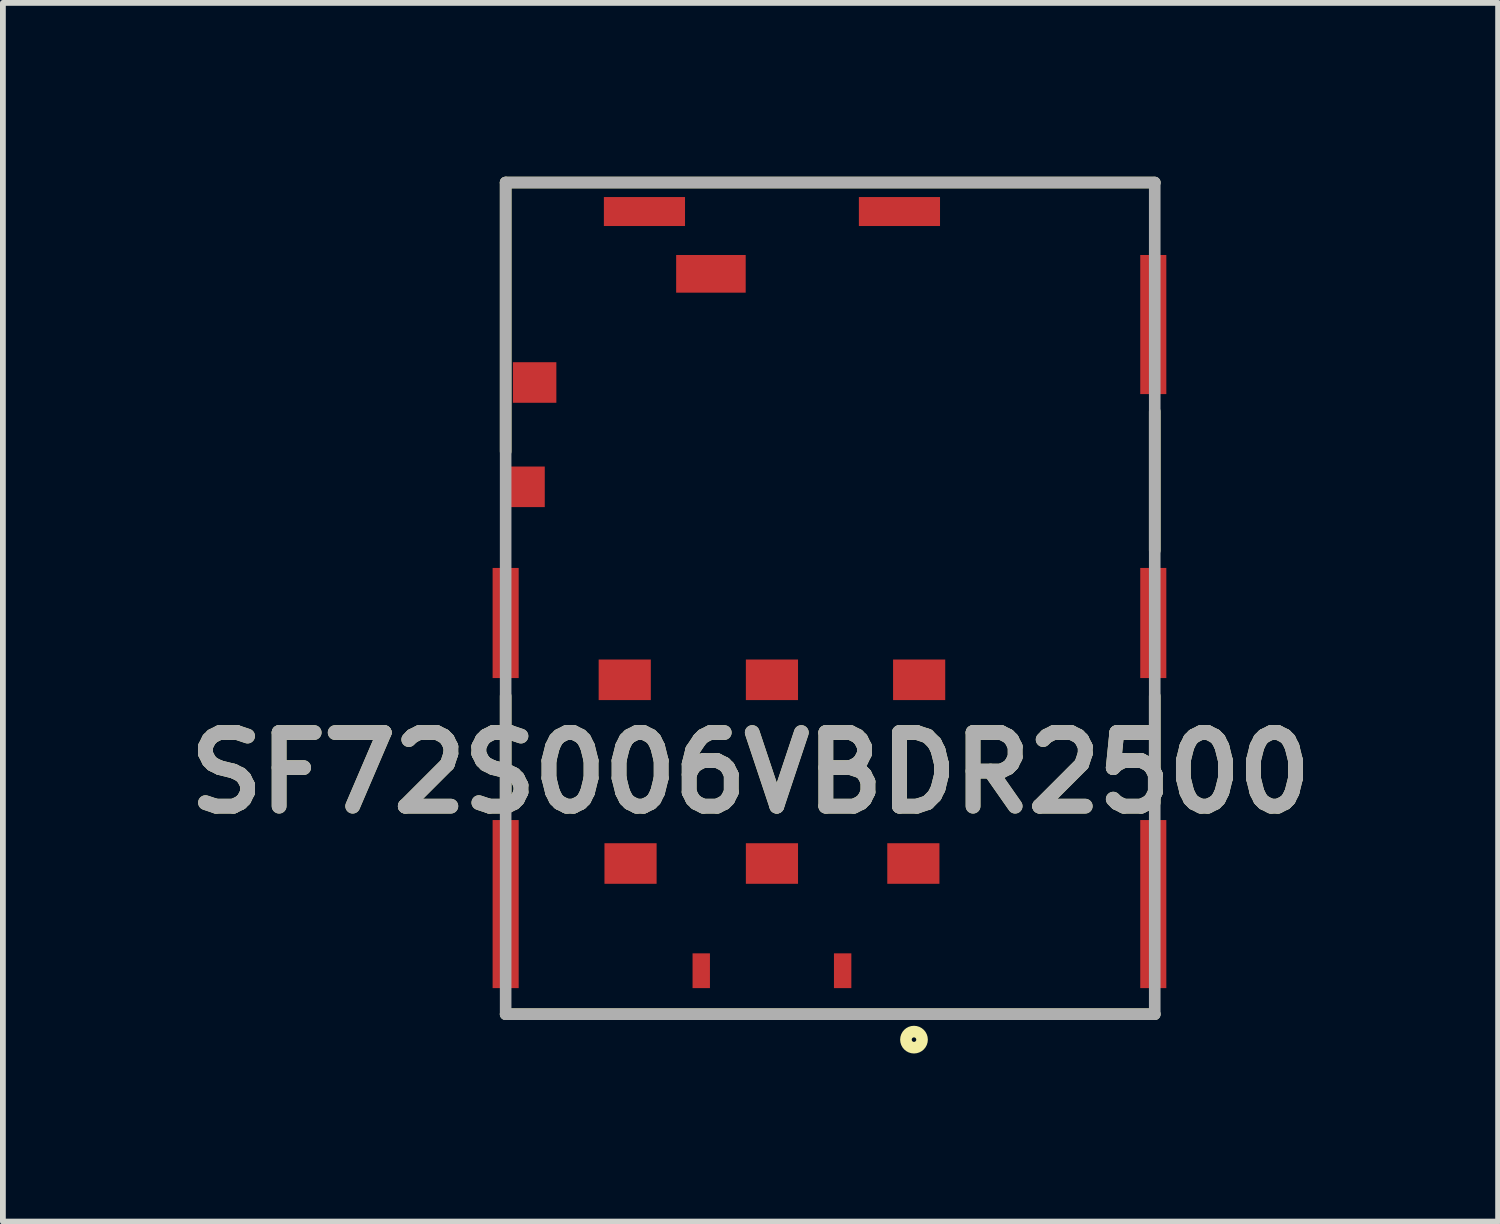
<source format=kicad_pcb>
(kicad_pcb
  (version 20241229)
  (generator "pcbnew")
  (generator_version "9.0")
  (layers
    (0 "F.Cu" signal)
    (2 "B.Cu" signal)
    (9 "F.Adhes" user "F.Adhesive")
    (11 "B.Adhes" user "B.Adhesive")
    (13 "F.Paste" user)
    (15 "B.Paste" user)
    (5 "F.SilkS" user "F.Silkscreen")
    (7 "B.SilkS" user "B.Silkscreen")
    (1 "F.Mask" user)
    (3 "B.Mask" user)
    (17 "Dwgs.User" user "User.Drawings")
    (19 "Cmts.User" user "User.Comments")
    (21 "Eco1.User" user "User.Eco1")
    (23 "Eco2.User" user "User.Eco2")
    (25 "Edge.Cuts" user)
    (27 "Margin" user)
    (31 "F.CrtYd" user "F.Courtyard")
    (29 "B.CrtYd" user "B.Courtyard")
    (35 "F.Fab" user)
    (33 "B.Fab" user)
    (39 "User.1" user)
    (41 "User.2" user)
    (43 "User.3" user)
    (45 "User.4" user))
  (footprint "SF72S006VBDR2500"
    (layer "F.Cu")
    (at 16.875 14.45)
    (property "Reference" "SF72S006VBDR2500" (at -6.975 -4.164 0) (layer "F.SilkS") (effects (font (size 1.27 1.27) (thickness 0.254))))
    (attr smd)
    (fp_line (start -11.2 -14.35) (end -11.2 -9.709) (stroke (width 0.2) (type solid)) (layer "F.SilkS"))
    (fp_line (start -11.2 -5.49) (end -11.2 -3.65) (stroke (width 0.2) (type solid)) (layer "F.SilkS"))
    (fp_line (start -11.2 0) (end 0 0) (stroke (width 0.2) (type solid)) (layer "F.SilkS"))
    (fp_line (start 0 -14.35) (end -11.2 -14.35) (stroke (width 0.2) (type solid)) (layer "F.SilkS"))
    (fp_line (start 0 -10.401) (end 0 -8) (stroke (width 0.2) (type solid)) (layer "F.SilkS"))
    (fp_line (start 0 -5.49) (end 0 -3.65) (stroke (width 0.2) (type solid)) (layer "F.SilkS"))
    (fp_circle (center -4.154 0.439) (end -4.154 0.478) (stroke (width 0.2) (type solid)) (fill no) (layer "F.SilkS"))
    (fp_line (start -11.2 -14.35) (end 0 -14.35) (stroke (width 0.2) (type solid)) (layer "F.Fab"))
    (fp_line (start -11.2 0) (end -11.2 -14.35) (stroke (width 0.2) (type solid)) (layer "F.Fab"))
    (fp_line (start 0 -14.35) (end 0 0) (stroke (width 0.2) (type solid)) (layer "F.Fab"))
    (fp_line (start 0 0) (end -11.2 0) (stroke (width 0.2) (type solid)) (layer "F.Fab"))
    (fp_text user "${REFERENCE}" (at -6.975 -4.164 0) (layer "F.Fab") (effects (font (size 1.27 1.27) (thickness 0.254))))
    (pad "1" smd rect (at -4.165 -2.6 90) (size 0.7 0.9) (layers "F.Cu" "F.Mask" "F.Paste"))
    (pad "2" smd rect (at -6.605 -2.6 90) (size 0.7 0.9) (layers "F.Cu" "F.Mask" "F.Paste"))
    (pad "3" smd rect (at -9.045 -2.6 90) (size 0.7 0.9) (layers "F.Cu" "F.Mask" "F.Paste"))
    (pad "4" smd rect (at -4.065 -5.77 90) (size 0.7 0.9) (layers "F.Cu" "F.Mask" "F.Paste"))
    (pad "5" smd rect (at -6.605 -5.77 90) (size 0.7 0.9) (layers "F.Cu" "F.Mask" "F.Paste"))
    (pad "6" smd rect (at -9.145 -5.77 90) (size 0.7 0.9) (layers "F.Cu" "F.Mask" "F.Paste"))
    (pad "7" smd rect (at -11.2 -1.9) (size 0.45 2.9) (layers "F.Cu" "F.Mask" "F.Paste"))
    (pad "8" smd rect (at -11.2 -6.75) (size 0.45 1.9) (layers "F.Cu" "F.Mask" "F.Paste"))
    (pad "9" smd rect (at -10.7 -10.9 90) (size 0.7 0.75) (layers "F.Cu" "F.Mask" "F.Paste"))
    (pad "10" smd rect (at -8.805 -13.85 90) (size 0.5 1.4) (layers "F.Cu" "F.Mask" "F.Paste"))
    (pad "11" smd rect (at -4.405 -13.85 90) (size 0.5 1.4) (layers "F.Cu" "F.Mask" "F.Paste"))
    (pad "12" smd rect (at -0.025 -11.9) (size 0.45 2.4) (layers "F.Cu" "F.Mask" "F.Paste"))
    (pad "13" smd rect (at -0.025 -6.75) (size 0.45 1.9) (layers "F.Cu" "F.Mask" "F.Paste"))
    (pad "14" smd rect (at -0.025 -1.9) (size 0.45 2.9) (layers "F.Cu" "F.Mask" "F.Paste"))
    (pad "15" smd rect (at -5.385 -0.75) (size 0.3 0.6) (layers "F.Cu" "F.Mask" "F.Paste"))
    (pad "16" smd rect (at -7.825 -0.75) (size 0.3 0.6) (layers "F.Cu" "F.Mask" "F.Paste"))
    (pad "17" smd rect (at -10.875 -9.1 90) (size 0.7 0.7) (layers "F.Cu" "F.Mask" "F.Paste"))
    (pad "18" smd rect (at -7.658 -12.775 90) (size 0.65 1.2) (layers "F.Cu" "F.Mask" "F.Paste")))
  (gr_rect
    (start -3 -3)
    (end 22.8 18.028)
    (stroke (width 0.1) (type default))
    (fill no)
    (layer "Edge.Cuts")))
</source>
